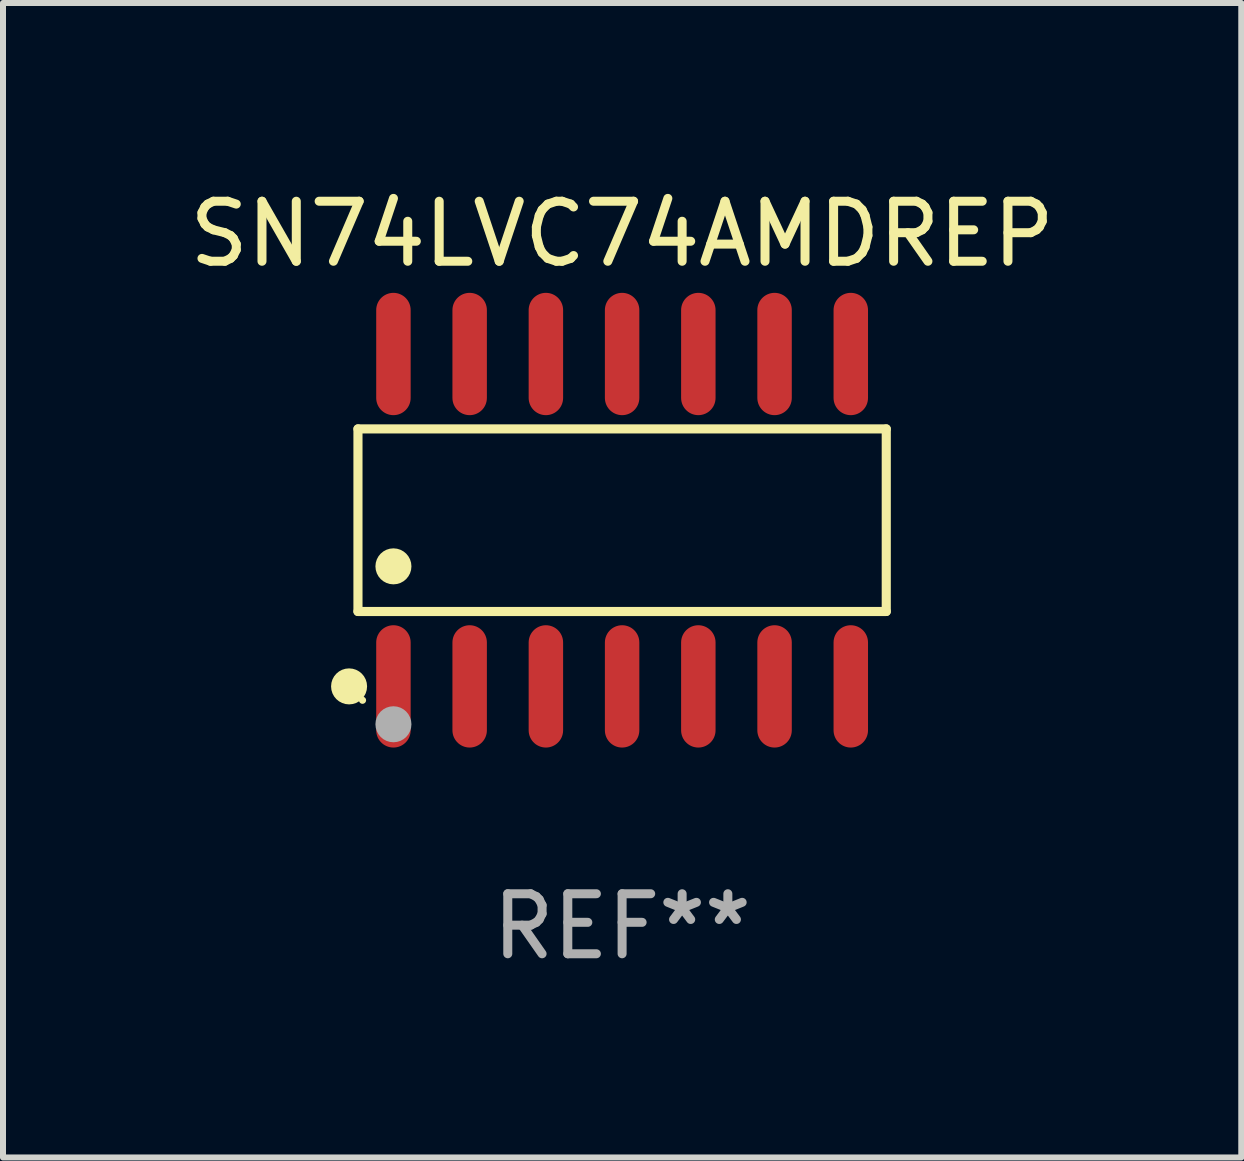
<source format=kicad_pcb>
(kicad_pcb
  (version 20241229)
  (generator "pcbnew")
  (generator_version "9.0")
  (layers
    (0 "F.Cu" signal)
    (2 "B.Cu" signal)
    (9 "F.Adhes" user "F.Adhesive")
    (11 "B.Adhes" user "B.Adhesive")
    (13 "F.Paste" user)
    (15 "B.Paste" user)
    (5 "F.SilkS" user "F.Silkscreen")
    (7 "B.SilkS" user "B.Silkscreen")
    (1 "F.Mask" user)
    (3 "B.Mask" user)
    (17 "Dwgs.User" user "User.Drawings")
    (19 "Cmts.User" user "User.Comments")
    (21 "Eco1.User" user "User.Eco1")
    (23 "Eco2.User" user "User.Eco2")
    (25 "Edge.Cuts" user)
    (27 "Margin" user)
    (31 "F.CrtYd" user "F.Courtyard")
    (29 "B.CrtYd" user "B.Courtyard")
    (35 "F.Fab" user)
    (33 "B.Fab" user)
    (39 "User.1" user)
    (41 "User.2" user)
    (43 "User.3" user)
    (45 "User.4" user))
  (footprint "SN74LVC74AMDREP"
    (layer "F.Cu")
    (at 7.315 5.617)
    (property "Reference" "SN74LVC74AMDREP" (at 0 -4.769 0) (layer "F.SilkS") (effects (font (size 1 1) (thickness 0.15))))
    (attr through_hole)
    (fp_line (start -4.401 -1.521) (end 4.401 -1.521) (stroke (width 0.152) (type solid)) (layer "F.SilkS"))
    (fp_line (start -4.401 1.521) (end -4.401 -1.521) (stroke (width 0.152) (type solid)) (layer "F.SilkS"))
    (fp_line (start 4.401 -1.521) (end 4.401 1.521) (stroke (width 0.152) (type solid)) (layer "F.SilkS"))
    (fp_line (start 4.401 1.521) (end -4.401 1.521) (stroke (width 0.152) (type solid)) (layer "F.SilkS"))
    (fp_circle (center -4.549 2.769) (end -4.399 2.769) (stroke (width 0.3) (type solid)) (fill no) (layer "F.SilkS"))
    (fp_circle (center -4.325 3) (end -4.295 3) (stroke (width 0.06) (type solid)) (fill no) (layer "F.SilkS"))
    (fp_circle (center -3.81 0.769) (end -3.66 0.769) (stroke (width 0.3) (type solid)) (fill no) (layer "F.SilkS"))
    (fp_circle (center -3.81 3.4) (end -3.66 3.4) (stroke (width 0.3) (type solid)) (fill no) (layer "F.Fab"))
    (fp_text user "REF**" (at 0 6.769 0) (layer "F.Fab") (effects (font (size 1 1) (thickness 0.15))))
    (pad "1" smd oval (at -3.81 2.769) (size 0.574 2.038) (layers "F.Cu" "F.Mask" "F.Paste"))
    (pad "2" smd oval (at -2.54 2.769) (size 0.574 2.038) (layers "F.Cu" "F.Mask" "F.Paste"))
    (pad "3" smd oval (at -1.27 2.769) (size 0.574 2.038) (layers "F.Cu" "F.Mask" "F.Paste"))
    (pad "4" smd oval (at 0 2.769) (size 0.574 2.038) (layers "F.Cu" "F.Mask" "F.Paste"))
    (pad "5" smd oval (at 1.27 2.769) (size 0.574 2.038) (layers "F.Cu" "F.Mask" "F.Paste"))
    (pad "6" smd oval (at 2.54 2.769) (size 0.574 2.038) (layers "F.Cu" "F.Mask" "F.Paste"))
    (pad "7" smd oval (at 3.81 2.769) (size 0.574 2.038) (layers "F.Cu" "F.Mask" "F.Paste"))
    (pad "8" smd oval (at 3.81 -2.769) (size 0.574 2.038) (layers "F.Cu" "F.Mask" "F.Paste"))
    (pad "9" smd oval (at 2.54 -2.769) (size 0.574 2.038) (layers "F.Cu" "F.Mask" "F.Paste"))
    (pad "10" smd oval (at 1.27 -2.769) (size 0.574 2.038) (layers "F.Cu" "F.Mask" "F.Paste"))
    (pad "11" smd oval (at 0 -2.769) (size 0.574 2.038) (layers "F.Cu" "F.Mask" "F.Paste"))
    (pad "12" smd oval (at -1.27 -2.769) (size 0.574 2.038) (layers "F.Cu" "F.Mask" "F.Paste"))
    (pad "13" smd oval (at -2.54 -2.769) (size 0.574 2.038) (layers "F.Cu" "F.Mask" "F.Paste"))
    (pad "14" smd oval (at -3.81 -2.769) (size 0.574 2.038) (layers "F.Cu" "F.Mask" "F.Paste")))
  (gr_rect
    (start -3 -3)
    (end 17.631 16.235)
    (stroke (width 0.1) (type default))
    (fill no)
    (layer "Edge.Cuts")))
</source>
